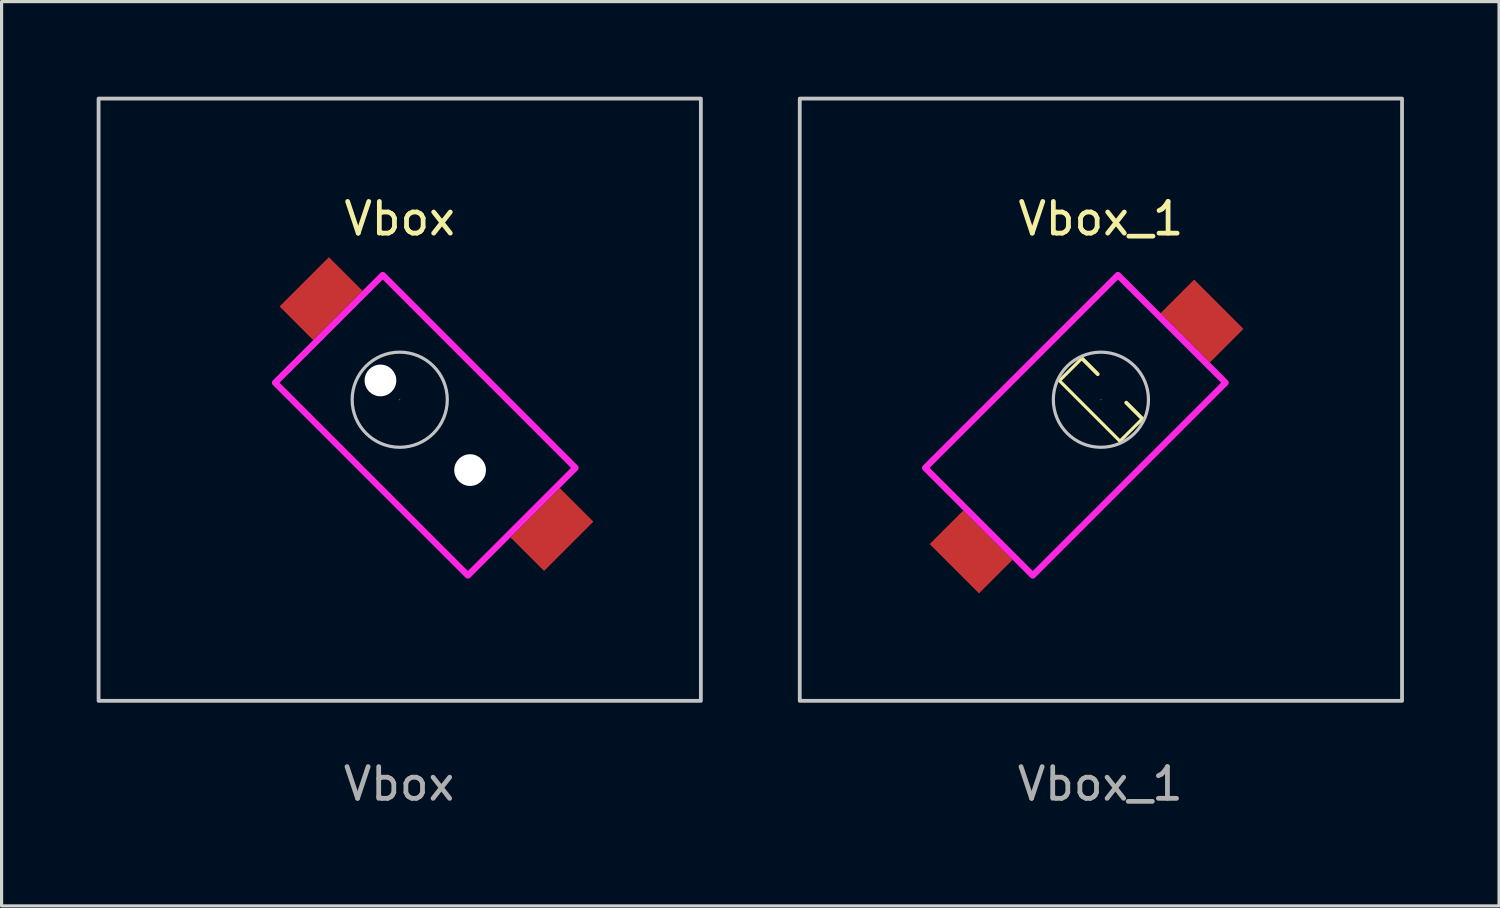
<source format=kicad_pcb>
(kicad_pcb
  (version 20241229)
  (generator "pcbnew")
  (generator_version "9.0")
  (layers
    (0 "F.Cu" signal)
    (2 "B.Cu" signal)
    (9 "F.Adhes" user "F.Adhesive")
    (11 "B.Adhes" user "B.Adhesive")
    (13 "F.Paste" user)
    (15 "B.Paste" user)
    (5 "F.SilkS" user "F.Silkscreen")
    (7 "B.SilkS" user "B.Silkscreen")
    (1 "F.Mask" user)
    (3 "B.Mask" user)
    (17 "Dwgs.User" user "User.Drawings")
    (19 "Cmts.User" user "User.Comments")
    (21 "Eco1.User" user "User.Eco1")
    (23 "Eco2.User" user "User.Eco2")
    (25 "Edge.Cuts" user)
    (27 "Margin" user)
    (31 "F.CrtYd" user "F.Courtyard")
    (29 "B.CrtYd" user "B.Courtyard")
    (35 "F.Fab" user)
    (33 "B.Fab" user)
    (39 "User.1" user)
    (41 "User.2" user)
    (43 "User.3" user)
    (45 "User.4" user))
  (footprint "Vbox"
    (layer "F.Cu")
    (at 9.56 9.56)
    (property "Reference" "Vbox" (at 0 -5.71 0) (unlocked yes) (layer "F.SilkS") (effects (font (size 1 1) (thickness 0.15))))
    (attr through_hole)
    (fp_line (start -0.537 -3.932) (end 5.544 2.15) (stroke (width 0.12) (type default)) (layer "F.SilkS"))
    (fp_line (start 2.15 5.544) (end -3.932 -0.537) (stroke (width 0.12) (type default)) (layer "F.SilkS"))
    (fp_rect (start -9.5 -9.5) (end 9.5 9.5) (stroke (width 0.12) (type default)) (fill no) (layer "Dwgs.User"))
    (fp_circle (center 0.000001 0) (end 0.007 -0.007) (stroke (width 0.01) (type default)) (fill no) (layer "Dwgs.User"))
    (fp_circle (center 0.000001 0) (end 1.061 -1.061) (stroke (width 0.1) (type solid)) (fill no) (layer "Dwgs.User"))
    (fp_poly (pts (xy -3.932 -0.537) (xy -0.537 -3.932) (xy 5.544 2.15) (xy 2.15 5.544)) (stroke (width 0.2) (type solid)) (fill no) (layer "F.CrtYd"))
    (fp_text user "${REFERENCE}" (at -0.02 12.12 0) (unlocked yes) (layer "F.Fab") (effects (font (size 1 1) (thickness 0.15))))
    (pad "" np_thru_hole circle (at -0.608 -0.608 45) (size 1 1) (drill 1.1) (layers "*.Cu" "*.Mask"))
    (pad "" np_thru_hole circle (at 2.22 2.22 45) (size 1 1) (drill 1.1) (layers "*.Cu" "*.Mask"))
    (pad "1" smd rect (at -2.482 -3.189 45) (size 2.2 1.5) (layers "F.Cu" "F.Mask" "F.Paste"))
    (pad "2" smd rect (at 4.801 4.094 45) (size 2.2 1.5) (layers "F.Cu" "F.Mask" "F.Paste")))
  (footprint "Vbox_1"
    (layer "F.Cu")
    (at 31.68 9.56)
    (property "Reference" "Vbox_1" (at 0 -5.71 0) (unlocked yes) (layer "F.SilkS") (effects (font (size 1 1) (thickness 0.15))))
    (attr through_hole)
    (fp_line (start -5.544 2.15) (end 0.537 -3.932) (stroke (width 0.12) (type default)) (layer "F.SilkS"))
    (fp_line (start -1.308 -0.601) (end -0.601 -1.308) (stroke (width 0.1) (type default)) (layer "F.SilkS"))
    (fp_line (start -0.601 -1.308) (end -0.1 -0.807) (stroke (width 0.12) (type default)) (layer "F.SilkS"))
    (fp_line (start 0.601 1.308) (end -1.308 -0.601) (stroke (width 0.1) (type default)) (layer "F.SilkS"))
    (fp_line (start 1.308 0.601) (end 0.601 1.308) (stroke (width 0.1) (type default)) (layer "F.SilkS"))
    (fp_line (start 1.308 0.601) (end 0.8 0.093) (stroke (width 0.12) (type default)) (layer "F.SilkS"))
    (fp_line (start 3.932 -0.537) (end -2.15 5.544) (stroke (width 0.12) (type default)) (layer "F.SilkS"))
    (fp_rect (start -9.5 -9.5) (end 9.5 9.5) (stroke (width 0.12) (type default)) (fill no) (layer "Dwgs.User"))
    (fp_circle (center 0 0.000001) (end 0.007 0.007) (stroke (width 0.01) (type default)) (fill no) (layer "Dwgs.User"))
    (fp_circle (center 0 0.000001) (end 1.061 1.061) (stroke (width 0.1) (type solid)) (fill no) (layer "Dwgs.User"))
    (fp_poly (pts (xy 0.537 -3.932) (xy 3.932 -0.537) (xy -2.15 5.544) (xy -5.544 2.15)) (stroke (width 0.2) (type solid)) (fill no) (layer "F.CrtYd"))
    (fp_text user "${REFERENCE}" (at -0.02 12.12 0) (unlocked yes) (layer "F.Fab") (effects (font (size 1 1) (thickness 0.15))))
    (pad "1" smd rect (at 3.189 -2.482 315) (size 2.2 1.5) (layers "F.Cu" "F.Mask" "F.Paste"))
    (pad "2" smd rect (at -4.094 4.801 315) (size 2.2 1.5) (layers "F.Cu" "F.Mask" "F.Paste")))
  (gr_rect
    (start -3 -3)
    (end 44.24 25.528)
    (stroke (width 0.1) (type default))
    (fill no)
    (layer "Edge.Cuts")))
</source>
